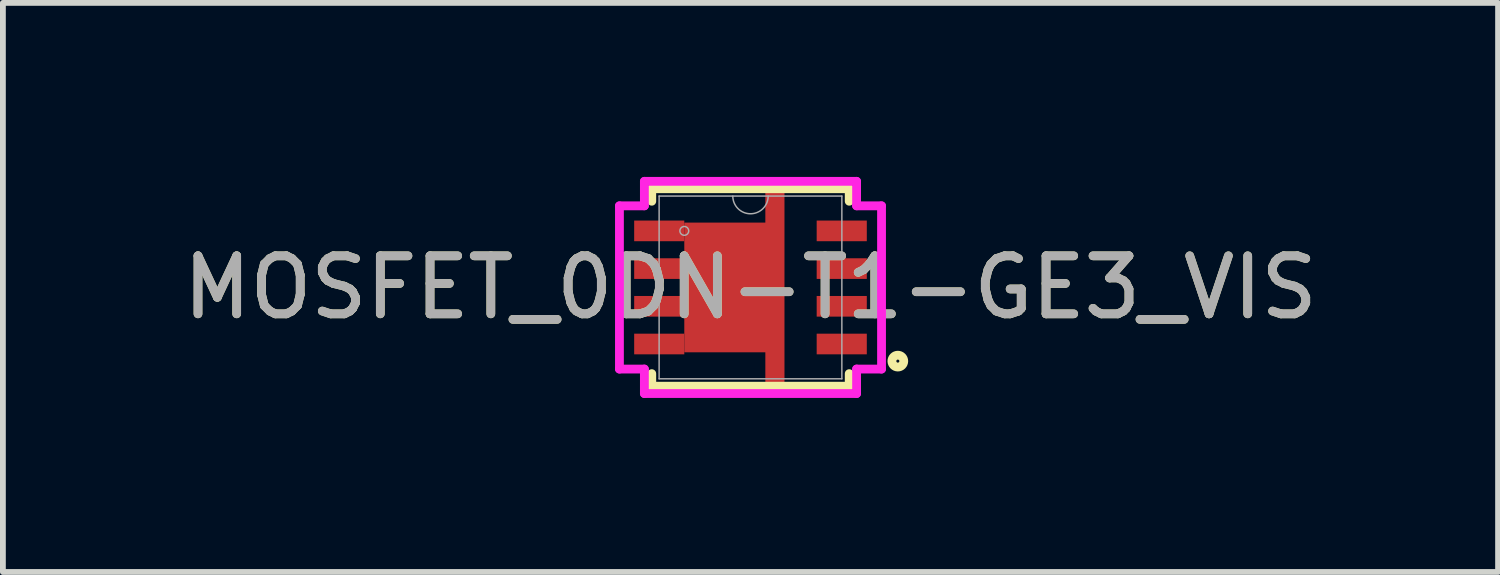
<source format=kicad_pcb>
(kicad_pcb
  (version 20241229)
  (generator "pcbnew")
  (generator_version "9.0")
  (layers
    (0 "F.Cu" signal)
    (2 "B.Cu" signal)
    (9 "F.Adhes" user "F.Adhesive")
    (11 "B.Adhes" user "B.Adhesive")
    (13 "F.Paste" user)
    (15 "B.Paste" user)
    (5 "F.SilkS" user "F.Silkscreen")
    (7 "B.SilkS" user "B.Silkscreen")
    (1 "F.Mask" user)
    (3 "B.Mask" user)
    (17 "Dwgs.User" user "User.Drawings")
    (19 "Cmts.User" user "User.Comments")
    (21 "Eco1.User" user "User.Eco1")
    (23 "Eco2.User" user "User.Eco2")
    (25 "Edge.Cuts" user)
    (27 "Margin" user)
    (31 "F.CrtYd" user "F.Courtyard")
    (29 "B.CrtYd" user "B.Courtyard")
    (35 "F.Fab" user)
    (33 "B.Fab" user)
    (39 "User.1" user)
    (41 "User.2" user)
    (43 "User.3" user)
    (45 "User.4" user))
  (footprint "MOSFET_0DN-T1-GE3_VIS"
    (layer "F.Cu")
    (at 9.887 1.905)
    (property "Reference" "MOSFET_0DN-T1-GE3_VIS" (at 0 0 0) (unlocked yes) (layer "F.SilkS") (effects (font (size 1 1) (thickness 0.15))))
    (attr smd)
    (fp_poly (pts (xy -1.141 -1.118) (xy 0.256 -1.118) (xy 0.256 -1.702) (xy 0.586 -1.702) (xy 0.586 1.702) (xy 0.256 1.702) (xy 0.256 1.118) (xy -1.141 1.118)) (stroke (width 0) (type solid)) (fill yes) (layer "F.Cu"))
    (fp_poly (pts (xy -1.141 -1.118) (xy 0.256 -1.118) (xy 0.256 -1.702) (xy 0.586 -1.702) (xy 0.586 1.702) (xy 0.256 1.702) (xy 0.256 1.118) (xy -1.141 1.118)) (stroke (width 0) (type solid)) (fill yes) (layer "F.Mask"))
    (fp_line (start -1.702 -1.702) (end -1.702 -1.486) (stroke (width 0.152) (type solid)) (layer "F.SilkS"))
    (fp_line (start -1.702 1.486) (end -1.702 1.702) (stroke (width 0.152) (type solid)) (layer "F.SilkS"))
    (fp_line (start -1.702 1.702) (end 1.702 1.702) (stroke (width 0.152) (type solid)) (layer "F.SilkS"))
    (fp_line (start 1.702 -1.702) (end -1.702 -1.702) (stroke (width 0.152) (type solid)) (layer "F.SilkS"))
    (fp_line (start 1.702 -1.486) (end 1.702 -1.702) (stroke (width 0.152) (type solid)) (layer "F.SilkS"))
    (fp_line (start 1.702 1.702) (end 1.702 1.486) (stroke (width 0.152) (type solid)) (layer "F.SilkS"))
    (fp_circle (center 2.54 1.27) (end 2.642 1.27) (stroke (width 0.152) (type solid)) (fill no) (layer "F.SilkS"))
    (fp_poly (pts (xy -1.141 -1.118) (xy 0.256 -1.118) (xy 0.256 -1.702) (xy 0.586 -1.702) (xy 0.586 1.702) (xy 0.256 1.702) (xy 0.256 1.118) (xy -1.141 1.118)) (stroke (width 0) (type solid)) (fill yes) (layer "F.Paste"))
    (fp_line (start -2.259 -1.407) (end -1.829 -1.407) (stroke (width 0.152) (type solid)) (layer "F.CrtYd"))
    (fp_line (start -2.259 1.407) (end -2.259 -1.407) (stroke (width 0.152) (type solid)) (layer "F.CrtYd"))
    (fp_line (start -2.259 1.407) (end -1.829 1.407) (stroke (width 0.152) (type solid)) (layer "F.CrtYd"))
    (fp_line (start -1.829 -1.829) (end 1.829 -1.829) (stroke (width 0.152) (type solid)) (layer "F.CrtYd"))
    (fp_line (start -1.829 -1.407) (end -1.829 -1.829) (stroke (width 0.152) (type solid)) (layer "F.CrtYd"))
    (fp_line (start -1.829 1.829) (end -1.829 1.407) (stroke (width 0.152) (type solid)) (layer "F.CrtYd"))
    (fp_line (start 1.829 -1.829) (end 1.829 -1.407) (stroke (width 0.152) (type solid)) (layer "F.CrtYd"))
    (fp_line (start 1.829 1.407) (end 1.829 1.829) (stroke (width 0.152) (type solid)) (layer "F.CrtYd"))
    (fp_line (start 1.829 1.829) (end -1.829 1.829) (stroke (width 0.152) (type solid)) (layer "F.CrtYd"))
    (fp_line (start 2.259 -1.407) (end 1.829 -1.407) (stroke (width 0.152) (type solid)) (layer "F.CrtYd"))
    (fp_line (start 2.259 -1.407) (end 2.259 1.407) (stroke (width 0.152) (type solid)) (layer "F.CrtYd"))
    (fp_line (start 2.259 1.407) (end 1.829 1.407) (stroke (width 0.152) (type solid)) (layer "F.CrtYd"))
    (fp_line (start -1.575 -1.575) (end -1.575 1.575) (stroke (width 0.025) (type solid)) (layer "F.Fab"))
    (fp_line (start -1.575 1.575) (end 1.575 1.575) (stroke (width 0.025) (type solid)) (layer "F.Fab"))
    (fp_line (start 1.575 -1.575) (end -1.575 -1.575) (stroke (width 0.025) (type solid)) (layer "F.Fab"))
    (fp_line (start 1.575 1.575) (end 1.575 -1.575) (stroke (width 0.025) (type solid)) (layer "F.Fab"))
    (fp_arc (start 0.3048 -1.5748) (mid 0 -1.27) (end -0.3048 -1.5748) (stroke (width 0.0254) (type solid)) (layer "F.Fab"))
    (fp_circle (center -1.141 -0.975) (end -1.065 -0.975) (stroke (width 0.025) (type solid)) (fill no) (layer "F.Fab"))
    (fp_text user "${REFERENCE}" (at 0 0 0) (unlocked yes) (layer "F.Fab") (effects (font (size 1 1) (thickness 0.15))))
    (pad "1" smd rect (at 1.573 0.975) (size 0.864 0.356) (layers "F.Cu" "F.Mask" "F.Paste"))
    (pad "2" smd rect (at 1.573 0.325) (size 0.864 0.356) (layers "F.Cu" "F.Mask" "F.Paste"))
    (pad "3" smd rect (at 1.573 -0.325) (size 0.864 0.356) (layers "F.Cu" "F.Mask" "F.Paste"))
    (pad "4" smd rect (at 1.573 -0.975) (size 0.864 0.356) (layers "F.Cu" "F.Mask" "F.Paste"))
    (pad "5" smd rect (at -1.573 -0.975) (size 0.864 0.356) (layers "F.Cu" "F.Mask" "F.Paste"))
    (pad "6" smd rect (at -1.573 -0.325) (size 0.864 0.356) (layers "F.Cu" "F.Mask" "F.Paste"))
    (pad "7" smd rect (at -1.573 0.325) (size 0.864 0.356) (layers "F.Cu" "F.Mask" "F.Paste"))
    (pad "8" smd rect (at -1.573 0.975) (size 0.864 0.356) (layers "F.Cu" "F.Mask" "F.Paste")))
  (gr_rect
    (start -3 -3)
    (end 22.774 6.81)
    (stroke (width 0.1) (type default))
    (fill no)
    (layer "Edge.Cuts")))
</source>
